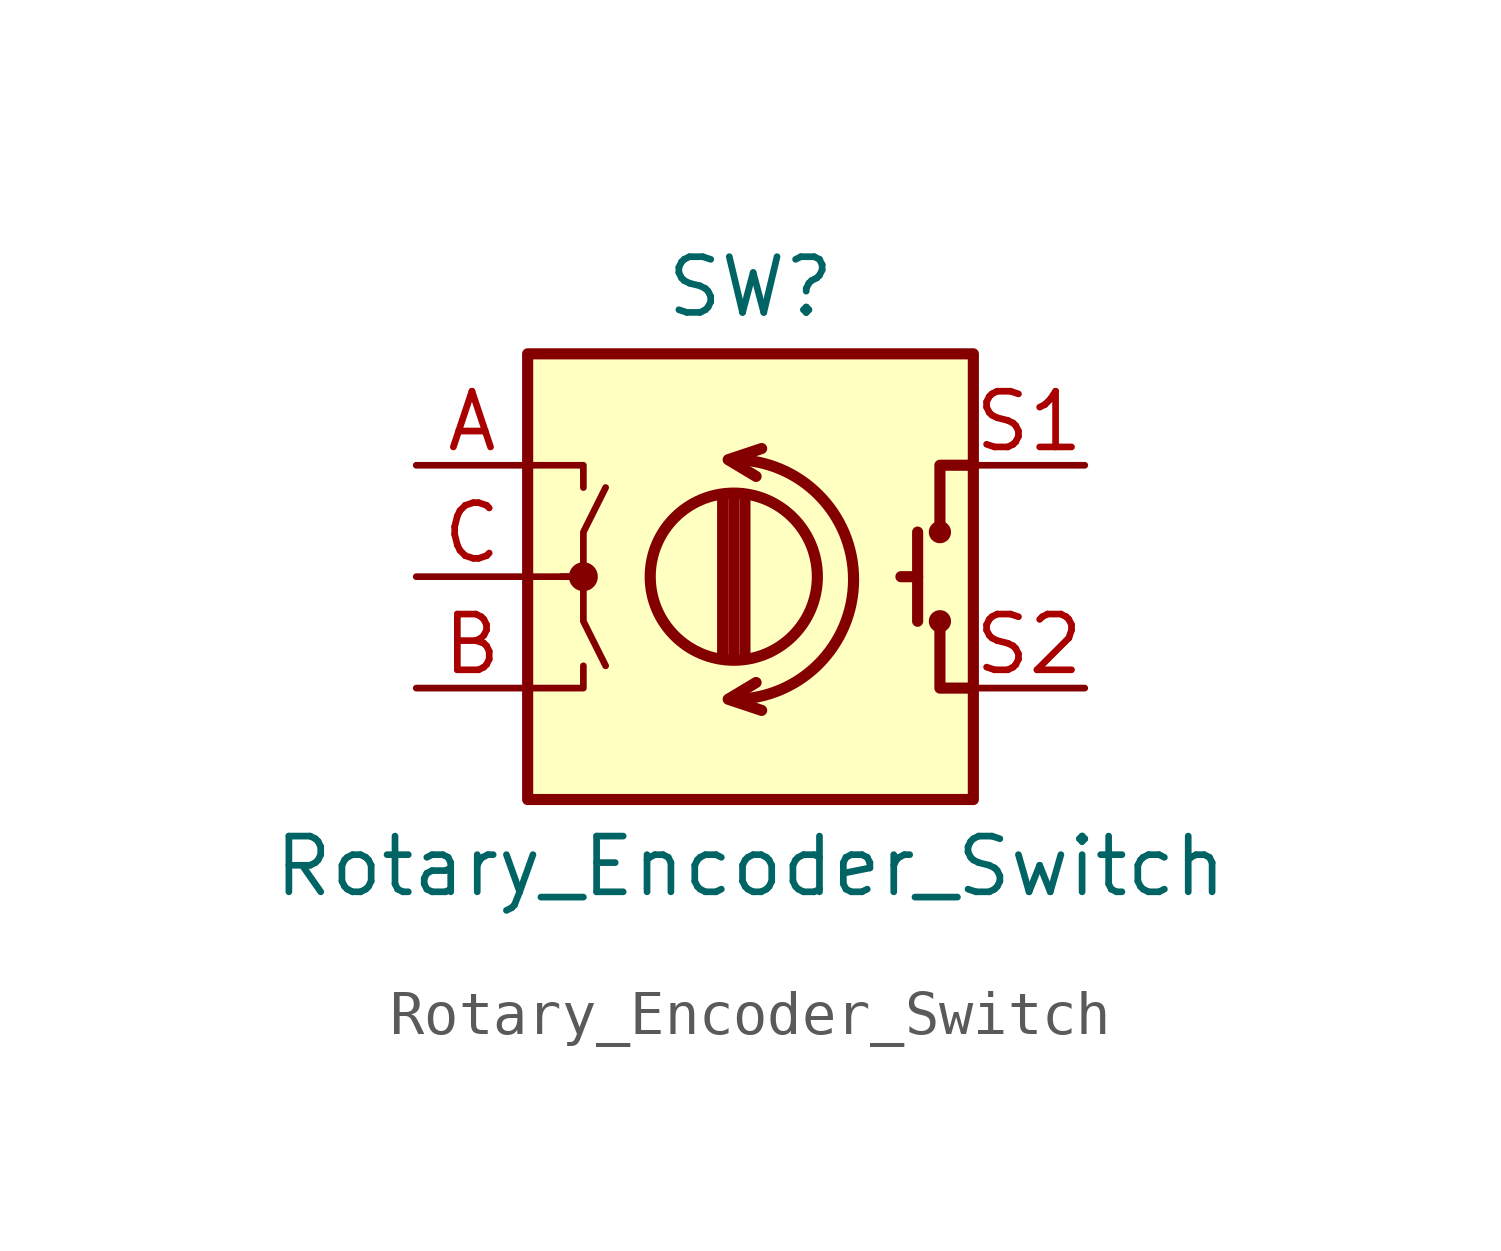
<source format=kicad_sym>
(kicad_symbol_lib
  (version 20211014)
  (generator kicad_symbol_editor)
  (symbol "Rotary_Encoder_Switch"
    (pin_names
      (offset 0.254) hide)
    (property "Reference" "SW"
      (at 0 6.604 0)
      (effects (font (size 1.27 1.27))))
    (property "Value" "Rotary_Encoder_Switch"
      (at 0 -6.604 0)
      (effects (font (size 1.27 1.27))))
    (symbol "Rotary_Encoder_Switch_0_1"
      (rectangle (start -5.08 5.08) (end 5.08 -5.08) (stroke (width 0.254) (type default) (color 0 0 0 0)) (fill (type background)))
      (circle (center -3.81 0) (radius 0.254) (stroke (width 0) (type default) (color 0 0 0 0)) (fill (type outline)))
      (arc (start -0.381 -2.794) (mid 2.3622 -0.0508) (end -0.381 2.667) (stroke (width 0.254) (type default) (color 0 0 0 0)) (fill (type none)))
      (circle (center -0.381 0) (radius 1.905) (stroke (width 0.254) (type default) (color 0 0 0 0)) (fill (type none)))
      (polyline (pts (xy -0.635 -1.778) (xy -0.635 1.778)) (stroke (width 0.254) (type default) (color 0 0 0 0)) (fill (type none)))
      (polyline (pts (xy -0.381 -1.778) (xy -0.381 1.778)) (stroke (width 0.254) (type default) (color 0 0 0 0)) (fill (type none)))
      (polyline (pts (xy -0.127 1.778) (xy -0.127 -1.778)) (stroke (width 0.254) (type default) (color 0 0 0 0)) (fill (type none)))
      (polyline (pts (xy 3.81 0) (xy 3.429 0)) (stroke (width 0.254) (type default) (color 0 0 0 0)) (fill (type none)))
      (polyline (pts (xy 3.81 1.016) (xy 3.81 -1.016)) (stroke (width 0.254) (type default) (color 0 0 0 0)) (fill (type none)))
      (polyline (pts (xy -5.08 -2.54) (xy -3.81 -2.54) (xy -3.81 -2.032)) (stroke (width 0) (type default) (color 0 0 0 0)) (fill (type none)))
      (polyline (pts (xy -5.08 2.54) (xy -3.81 2.54) (xy -3.81 2.032)) (stroke (width 0) (type default) (color 0 0 0 0)) (fill (type none)))
      (polyline (pts (xy 0.254 -3.048) (xy -0.508 -2.794) (xy 0.127 -2.413)) (stroke (width 0.254) (type default) (color 0 0 0 0)) (fill (type none)))
      (polyline (pts (xy 0.254 2.921) (xy -0.508 2.667) (xy 0.127 2.286)) (stroke (width 0.254) (type default) (color 0 0 0 0)) (fill (type none)))
      (polyline (pts (xy 5.08 -2.54) (xy 4.318 -2.54) (xy 4.318 -1.016)) (stroke (width 0.254) (type default) (color 0 0 0 0)) (fill (type none)))
      (polyline (pts (xy 5.08 2.54) (xy 4.318 2.54) (xy 4.318 1.016)) (stroke (width 0.254) (type default) (color 0 0 0 0)) (fill (type none)))
      (polyline (pts (xy -5.08 0) (xy -3.81 0) (xy -3.81 -1.016) (xy -3.302 -2.032)) (stroke (width 0) (type default) (color 0 0 0 0)) (fill (type none)))
      (polyline (pts (xy -4.318 0) (xy -3.81 0) (xy -3.81 1.016) (xy -3.302 2.032)) (stroke (width 0) (type default) (color 0 0 0 0)) (fill (type none)))
      (circle (center 4.318 -1.016) (radius 0.127) (stroke (width 0.254) (type default) (color 0 0 0 0)) (fill (type none)))
      (circle (center 4.318 1.016) (radius 0.127) (stroke (width 0.254) (type default) (color 0 0 0 0)) (fill (type none))))
    (symbol "Rotary_Encoder_Switch_1_1"
      (pin passive line (at -7.62 2.54 0) (length 2.54) (name "A" (effects (font (size 1.27 1.27)))) (number "A" (effects (font (size 1.27 1.27)))))
      (pin passive line (at -7.62 -2.54 0) (length 2.54) (name "B" (effects (font (size 1.27 1.27)))) (number "B" (effects (font (size 1.27 1.27)))))
      (pin passive line (at -7.62 0 0) (length 2.54) (name "C" (effects (font (size 1.27 1.27)))) (number "C" (effects (font (size 1.27 1.27)))))
      (pin passive line (at 7.62 2.54 180) (length 2.54) (name "S1" (effects (font (size 1.27 1.27)))) (number "S1" (effects (font (size 1.27 1.27)))))
      (pin passive line (at 7.62 -2.54 180) (length 2.54) (name "S2" (effects (font (size 1.27 1.27)))) (number "S2" (effects (font (size 1.27 1.27))))))))
</source>
